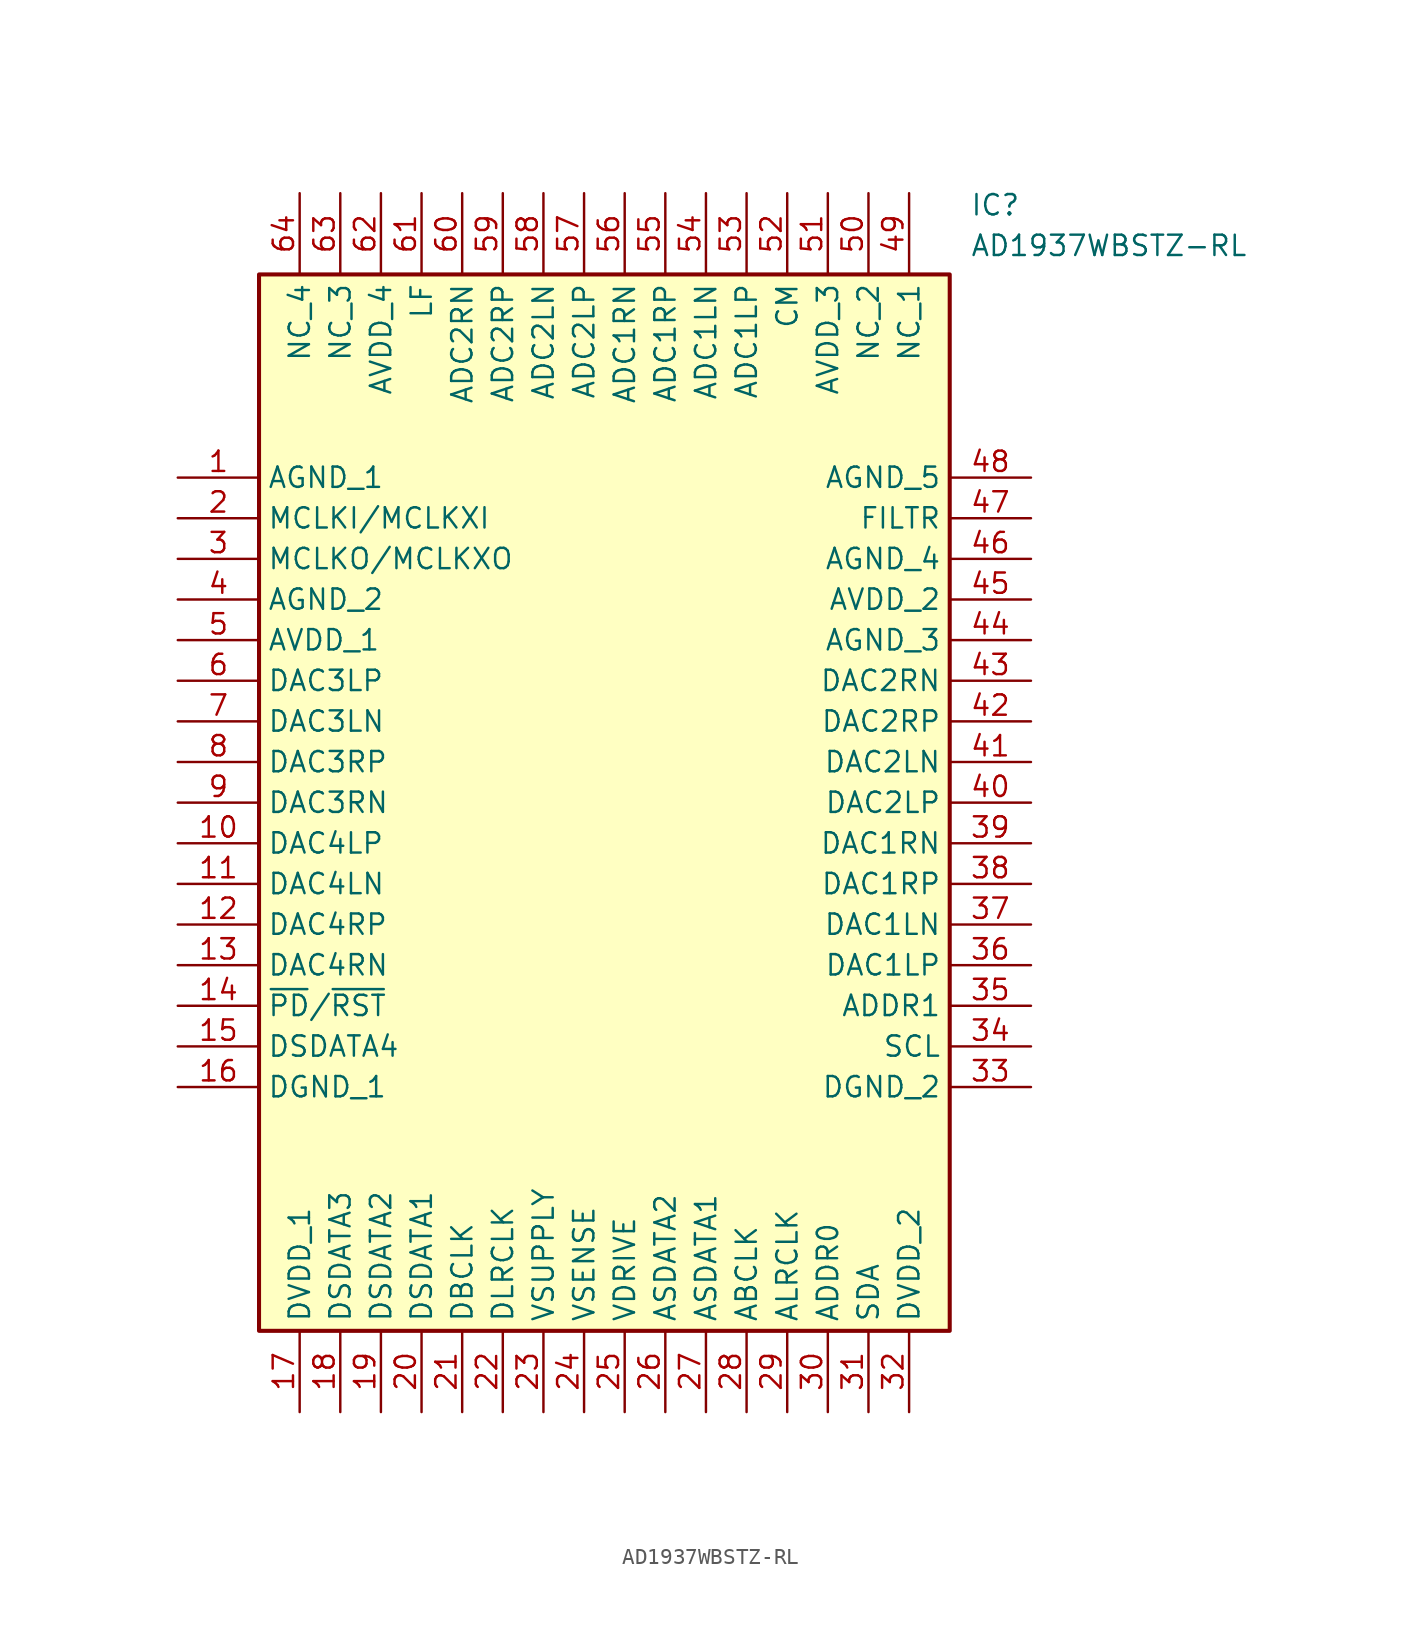
<source format=kicad_sym>
(kicad_symbol_lib
  (version 20241209)
  (generator "kicad_symbol_editor")
  (generator_version "9.0")
  (symbol "AD1937WBSTZ-RL"
    (property "Reference" "IC"
      (at 49.53 17.78 0)
      (effects (font (size 1.27 1.27)) (justify left top)))
    (property "Value" "AD1937WBSTZ-RL"
      (at 49.53 15.24 0)
      (effects (font (size 1.27 1.27)) (justify left top)))
    (symbol "AD1937WBSTZ-RL_1_1"
      (rectangle (start 5.08 12.7) (end 48.26 -53.34) (stroke (width 0.254) (type default)) (fill (type background)))
      (pin passive line (at 0 0 0) (length 5.08) (name "AGND_1" (effects (font (size 1.27 1.27)))) (number "1" (effects (font (size 1.27 1.27)))))
      (pin passive line (at 0 -2.54 0) (length 5.08) (name "MCLKI/MCLKXI" (effects (font (size 1.27 1.27)))) (number "2" (effects (font (size 1.27 1.27)))))
      (pin passive line (at 0 -5.08 0) (length 5.08) (name "MCLKO/MCLKXO" (effects (font (size 1.27 1.27)))) (number "3" (effects (font (size 1.27 1.27)))))
      (pin passive line (at 0 -7.62 0) (length 5.08) (name "AGND_2" (effects (font (size 1.27 1.27)))) (number "4" (effects (font (size 1.27 1.27)))))
      (pin passive line (at 0 -10.16 0) (length 5.08) (name "AVDD_1" (effects (font (size 1.27 1.27)))) (number "5" (effects (font (size 1.27 1.27)))))
      (pin passive line (at 0 -12.7 0) (length 5.08) (name "DAC3LP" (effects (font (size 1.27 1.27)))) (number "6" (effects (font (size 1.27 1.27)))))
      (pin passive line (at 0 -15.24 0) (length 5.08) (name "DAC3LN" (effects (font (size 1.27 1.27)))) (number "7" (effects (font (size 1.27 1.27)))))
      (pin passive line (at 0 -17.78 0) (length 5.08) (name "DAC3RP" (effects (font (size 1.27 1.27)))) (number "8" (effects (font (size 1.27 1.27)))))
      (pin passive line (at 0 -20.32 0) (length 5.08) (name "DAC3RN" (effects (font (size 1.27 1.27)))) (number "9" (effects (font (size 1.27 1.27)))))
      (pin passive line (at 0 -22.86 0) (length 5.08) (name "DAC4LP" (effects (font (size 1.27 1.27)))) (number "10" (effects (font (size 1.27 1.27)))))
      (pin passive line (at 0 -25.4 0) (length 5.08) (name "DAC4LN" (effects (font (size 1.27 1.27)))) (number "11" (effects (font (size 1.27 1.27)))))
      (pin passive line (at 0 -27.94 0) (length 5.08) (name "DAC4RP" (effects (font (size 1.27 1.27)))) (number "12" (effects (font (size 1.27 1.27)))))
      (pin passive line (at 0 -30.48 0) (length 5.08) (name "DAC4RN" (effects (font (size 1.27 1.27)))) (number "13" (effects (font (size 1.27 1.27)))))
      (pin passive line (at 0 -33.02 0) (length 5.08) (name "~{PD}/~{RST}" (effects (font (size 1.27 1.27)))) (number "14" (effects (font (size 1.27 1.27)))))
      (pin passive line (at 0 -35.56 0) (length 5.08) (name "DSDATA4" (effects (font (size 1.27 1.27)))) (number "15" (effects (font (size 1.27 1.27)))))
      (pin passive line (at 0 -38.1 0) (length 5.08) (name "DGND_1" (effects (font (size 1.27 1.27)))) (number "16" (effects (font (size 1.27 1.27)))))
      (pin passive line (at 7.62 17.78 270) (length 5.08) (name "NC_4" (effects (font (size 1.27 1.27)))) (number "64" (effects (font (size 1.27 1.27)))))
      (pin passive line (at 7.62 -58.42 90) (length 5.08) (name "DVDD_1" (effects (font (size 1.27 1.27)))) (number "17" (effects (font (size 1.27 1.27)))))
      (pin passive line (at 10.16 17.78 270) (length 5.08) (name "NC_3" (effects (font (size 1.27 1.27)))) (number "63" (effects (font (size 1.27 1.27)))))
      (pin passive line (at 10.16 -58.42 90) (length 5.08) (name "DSDATA3" (effects (font (size 1.27 1.27)))) (number "18" (effects (font (size 1.27 1.27)))))
      (pin passive line (at 12.7 17.78 270) (length 5.08) (name "AVDD_4" (effects (font (size 1.27 1.27)))) (number "62" (effects (font (size 1.27 1.27)))))
      (pin passive line (at 12.7 -58.42 90) (length 5.08) (name "DSDATA2" (effects (font (size 1.27 1.27)))) (number "19" (effects (font (size 1.27 1.27)))))
      (pin passive line (at 15.24 17.78 270) (length 5.08) (name "LF" (effects (font (size 1.27 1.27)))) (number "61" (effects (font (size 1.27 1.27)))))
      (pin passive line (at 15.24 -58.42 90) (length 5.08) (name "DSDATA1" (effects (font (size 1.27 1.27)))) (number "20" (effects (font (size 1.27 1.27)))))
      (pin passive line (at 17.78 17.78 270) (length 5.08) (name "ADC2RN" (effects (font (size 1.27 1.27)))) (number "60" (effects (font (size 1.27 1.27)))))
      (pin passive line (at 17.78 -58.42 90) (length 5.08) (name "DBCLK" (effects (font (size 1.27 1.27)))) (number "21" (effects (font (size 1.27 1.27)))))
      (pin passive line (at 20.32 17.78 270) (length 5.08) (name "ADC2RP" (effects (font (size 1.27 1.27)))) (number "59" (effects (font (size 1.27 1.27)))))
      (pin passive line (at 20.32 -58.42 90) (length 5.08) (name "DLRCLK" (effects (font (size 1.27 1.27)))) (number "22" (effects (font (size 1.27 1.27)))))
      (pin passive line (at 22.86 17.78 270) (length 5.08) (name "ADC2LN" (effects (font (size 1.27 1.27)))) (number "58" (effects (font (size 1.27 1.27)))))
      (pin passive line (at 22.86 -58.42 90) (length 5.08) (name "VSUPPLY" (effects (font (size 1.27 1.27)))) (number "23" (effects (font (size 1.27 1.27)))))
      (pin passive line (at 25.4 17.78 270) (length 5.08) (name "ADC2LP" (effects (font (size 1.27 1.27)))) (number "57" (effects (font (size 1.27 1.27)))))
      (pin passive line (at 25.4 -58.42 90) (length 5.08) (name "VSENSE" (effects (font (size 1.27 1.27)))) (number "24" (effects (font (size 1.27 1.27)))))
      (pin passive line (at 27.94 17.78 270) (length 5.08) (name "ADC1RN" (effects (font (size 1.27 1.27)))) (number "56" (effects (font (size 1.27 1.27)))))
      (pin passive line (at 27.94 -58.42 90) (length 5.08) (name "VDRIVE" (effects (font (size 1.27 1.27)))) (number "25" (effects (font (size 1.27 1.27)))))
      (pin passive line (at 30.48 17.78 270) (length 5.08) (name "ADC1RP" (effects (font (size 1.27 1.27)))) (number "55" (effects (font (size 1.27 1.27)))))
      (pin passive line (at 30.48 -58.42 90) (length 5.08) (name "ASDATA2" (effects (font (size 1.27 1.27)))) (number "26" (effects (font (size 1.27 1.27)))))
      (pin passive line (at 33.02 17.78 270) (length 5.08) (name "ADC1LN" (effects (font (size 1.27 1.27)))) (number "54" (effects (font (size 1.27 1.27)))))
      (pin passive line (at 33.02 -58.42 90) (length 5.08) (name "ASDATA1" (effects (font (size 1.27 1.27)))) (number "27" (effects (font (size 1.27 1.27)))))
      (pin passive line (at 35.56 17.78 270) (length 5.08) (name "ADC1LP" (effects (font (size 1.27 1.27)))) (number "53" (effects (font (size 1.27 1.27)))))
      (pin passive line (at 35.56 -58.42 90) (length 5.08) (name "ABCLK" (effects (font (size 1.27 1.27)))) (number "28" (effects (font (size 1.27 1.27)))))
      (pin passive line (at 38.1 17.78 270) (length 5.08) (name "CM" (effects (font (size 1.27 1.27)))) (number "52" (effects (font (size 1.27 1.27)))))
      (pin passive line (at 38.1 -58.42 90) (length 5.08) (name "ALRCLK" (effects (font (size 1.27 1.27)))) (number "29" (effects (font (size 1.27 1.27)))))
      (pin passive line (at 40.64 17.78 270) (length 5.08) (name "AVDD_3" (effects (font (size 1.27 1.27)))) (number "51" (effects (font (size 1.27 1.27)))))
      (pin passive line (at 40.64 -58.42 90) (length 5.08) (name "ADDR0" (effects (font (size 1.27 1.27)))) (number "30" (effects (font (size 1.27 1.27)))))
      (pin passive line (at 43.18 17.78 270) (length 5.08) (name "NC_2" (effects (font (size 1.27 1.27)))) (number "50" (effects (font (size 1.27 1.27)))))
      (pin passive line (at 43.18 -58.42 90) (length 5.08) (name "SDA" (effects (font (size 1.27 1.27)))) (number "31" (effects (font (size 1.27 1.27)))))
      (pin passive line (at 45.72 17.78 270) (length 5.08) (name "NC_1" (effects (font (size 1.27 1.27)))) (number "49" (effects (font (size 1.27 1.27)))))
      (pin passive line (at 45.72 -58.42 90) (length 5.08) (name "DVDD_2" (effects (font (size 1.27 1.27)))) (number "32" (effects (font (size 1.27 1.27)))))
      (pin passive line (at 53.34 0 180) (length 5.08) (name "AGND_5" (effects (font (size 1.27 1.27)))) (number "48" (effects (font (size 1.27 1.27)))))
      (pin passive line (at 53.34 -2.54 180) (length 5.08) (name "FILTR" (effects (font (size 1.27 1.27)))) (number "47" (effects (font (size 1.27 1.27)))))
      (pin passive line (at 53.34 -5.08 180) (length 5.08) (name "AGND_4" (effects (font (size 1.27 1.27)))) (number "46" (effects (font (size 1.27 1.27)))))
      (pin passive line (at 53.34 -7.62 180) (length 5.08) (name "AVDD_2" (effects (font (size 1.27 1.27)))) (number "45" (effects (font (size 1.27 1.27)))))
      (pin passive line (at 53.34 -10.16 180) (length 5.08) (name "AGND_3" (effects (font (size 1.27 1.27)))) (number "44" (effects (font (size 1.27 1.27)))))
      (pin passive line (at 53.34 -12.7 180) (length 5.08) (name "DAC2RN" (effects (font (size 1.27 1.27)))) (number "43" (effects (font (size 1.27 1.27)))))
      (pin passive line (at 53.34 -15.24 180) (length 5.08) (name "DAC2RP" (effects (font (size 1.27 1.27)))) (number "42" (effects (font (size 1.27 1.27)))))
      (pin passive line (at 53.34 -17.78 180) (length 5.08) (name "DAC2LN" (effects (font (size 1.27 1.27)))) (number "41" (effects (font (size 1.27 1.27)))))
      (pin passive line (at 53.34 -20.32 180) (length 5.08) (name "DAC2LP" (effects (font (size 1.27 1.27)))) (number "40" (effects (font (size 1.27 1.27)))))
      (pin passive line (at 53.34 -22.86 180) (length 5.08) (name "DAC1RN" (effects (font (size 1.27 1.27)))) (number "39" (effects (font (size 1.27 1.27)))))
      (pin passive line (at 53.34 -25.4 180) (length 5.08) (name "DAC1RP" (effects (font (size 1.27 1.27)))) (number "38" (effects (font (size 1.27 1.27)))))
      (pin passive line (at 53.34 -27.94 180) (length 5.08) (name "DAC1LN" (effects (font (size 1.27 1.27)))) (number "37" (effects (font (size 1.27 1.27)))))
      (pin passive line (at 53.34 -30.48 180) (length 5.08) (name "DAC1LP" (effects (font (size 1.27 1.27)))) (number "36" (effects (font (size 1.27 1.27)))))
      (pin passive line (at 53.34 -33.02 180) (length 5.08) (name "ADDR1" (effects (font (size 1.27 1.27)))) (number "35" (effects (font (size 1.27 1.27)))))
      (pin passive line (at 53.34 -35.56 180) (length 5.08) (name "SCL" (effects (font (size 1.27 1.27)))) (number "34" (effects (font (size 1.27 1.27)))))
      (pin passive line (at 53.34 -38.1 180) (length 5.08) (name "DGND_2" (effects (font (size 1.27 1.27)))) (number "33" (effects (font (size 1.27 1.27))))))))
</source>
